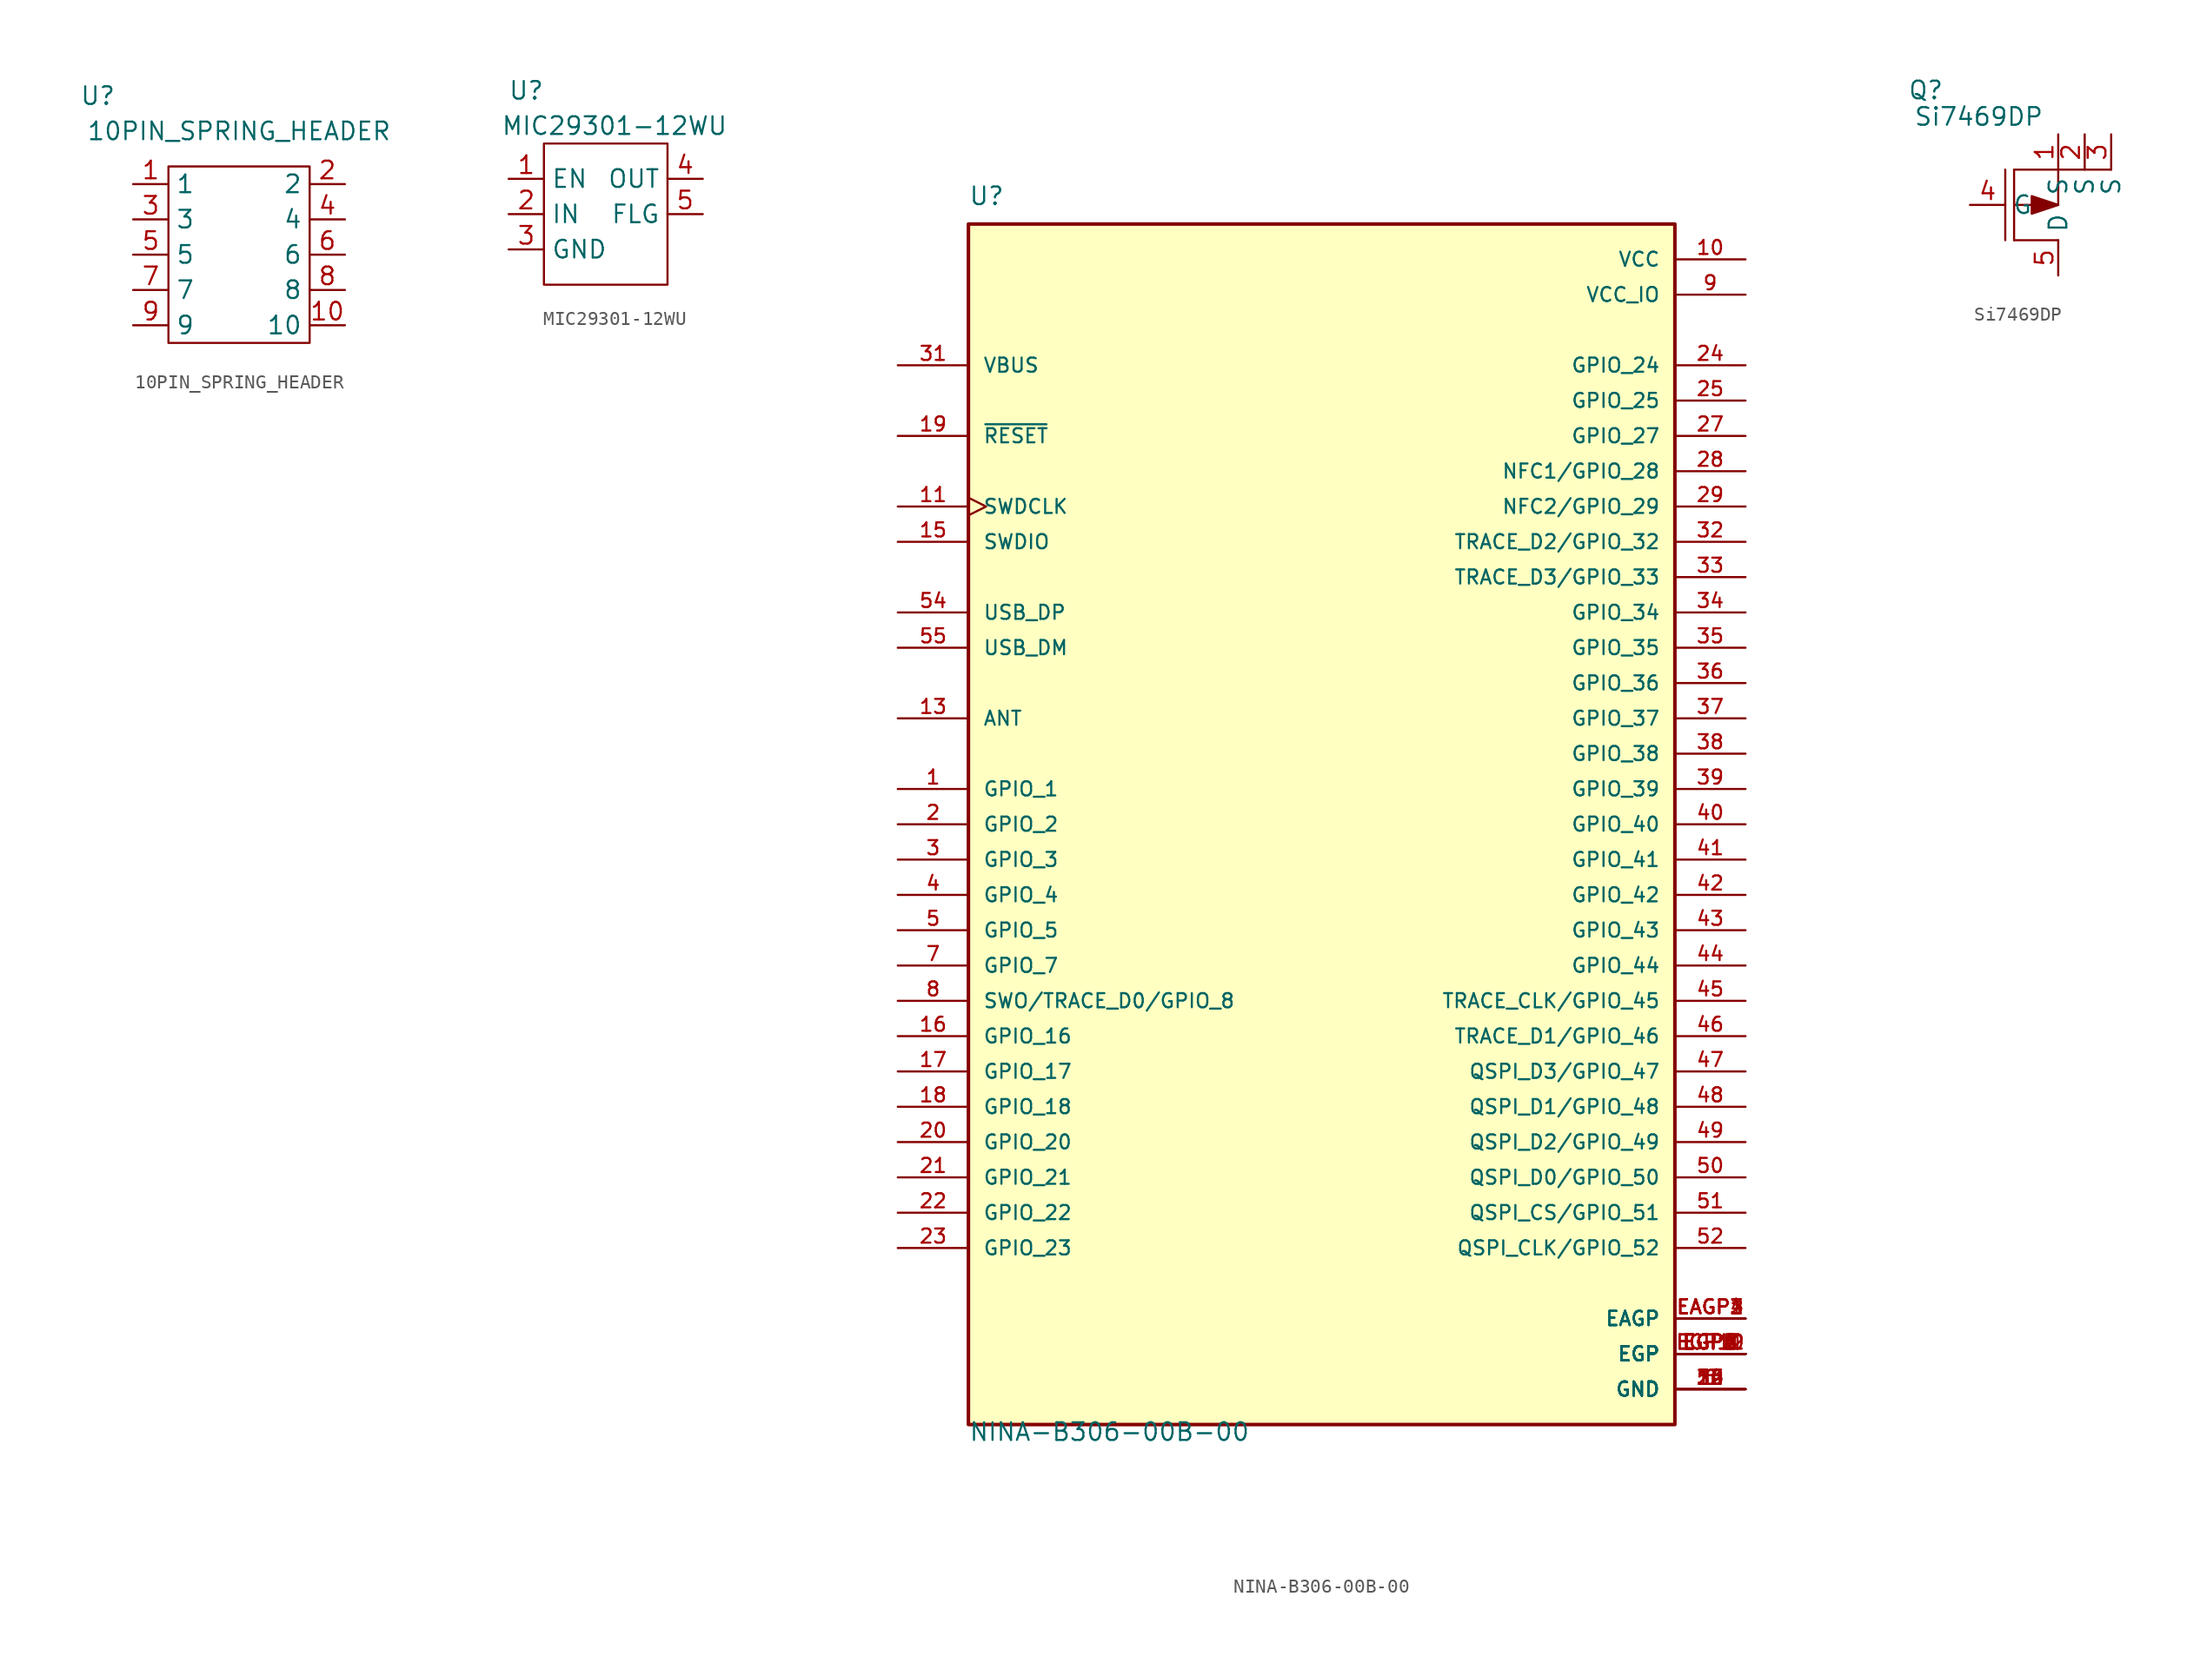
<source format=kicad_sym>
(kicad_symbol_lib
  (version 20211014)
  (generator kicad_symbol_editor)
  (symbol "10PIN_SPRING_HEADER"
    (property "Reference" "U"
      (at -5.08 17.78 0)
      (effects (font (size 1.27 1.27))))
    (property "Value" "10PIN_SPRING_HEADER"
      (at 5.08 15.24 0)
      (effects (font (size 1.27 1.27))))
    (symbol "10PIN_SPRING_HEADER_0_1"
      (polyline (pts (xy 0 0) (xy 0 12.7) (xy 10.16 12.7) (xy 10.16 0) (xy 0 0)) (stroke (width 0) (type default) (color 0 0 0 0)) (fill (type none))))
    (symbol "10PIN_SPRING_HEADER_1_1"
      (pin input line (at -2.54 11.43 0) (length 2.54) (name "1" (effects (font (size 1.27 1.27)))) (number "1" (effects (font (size 1.27 1.27)))))
      (pin input line (at 12.7 1.27 180) (length 2.54) (name "10" (effects (font (size 1.27 1.27)))) (number "10" (effects (font (size 1.27 1.27)))))
      (pin input line (at 12.7 11.43 180) (length 2.54) (name "2" (effects (font (size 1.27 1.27)))) (number "2" (effects (font (size 1.27 1.27)))))
      (pin input line (at -2.54 8.89 0) (length 2.54) (name "3" (effects (font (size 1.27 1.27)))) (number "3" (effects (font (size 1.27 1.27)))))
      (pin input line (at 12.7 8.89 180) (length 2.54) (name "4" (effects (font (size 1.27 1.27)))) (number "4" (effects (font (size 1.27 1.27)))))
      (pin input line (at -2.54 6.35 0) (length 2.54) (name "5" (effects (font (size 1.27 1.27)))) (number "5" (effects (font (size 1.27 1.27)))))
      (pin input line (at 12.7 6.35 180) (length 2.54) (name "6" (effects (font (size 1.27 1.27)))) (number "6" (effects (font (size 1.27 1.27)))))
      (pin input line (at -2.54 3.81 0) (length 2.54) (name "7" (effects (font (size 1.27 1.27)))) (number "7" (effects (font (size 1.27 1.27)))))
      (pin input line (at 12.7 3.81 180) (length 2.54) (name "8" (effects (font (size 1.27 1.27)))) (number "8" (effects (font (size 1.27 1.27)))))
      (pin input line (at -2.54 1.27 0) (length 2.54) (name "9" (effects (font (size 1.27 1.27)))) (number "9" (effects (font (size 1.27 1.27)))))))
  (symbol "MIC29301-12WU"
    (property "Reference" "U"
      (at -1.27 13.97 0)
      (effects (font (size 1.27 1.27))))
    (property "Value" "MIC29301-12WU"
      (at 5.08 11.43 0)
      (effects (font (size 1.27 1.27))))
    (symbol "MIC29301-12WU_0_1"
      (rectangle (start 0 10.16) (end 8.89 0) (stroke (width 0) (type default) (color 0 0 0 0)) (fill (type none))))
    (symbol "MIC29301-12WU_1_1"
      (pin input line (at -2.54 7.62 0) (length 2.54) (name "EN" (effects (font (size 1.27 1.27)))) (number "1" (effects (font (size 1.27 1.27)))))
      (pin input line (at -2.54 5.08 0) (length 2.54) (name "IN" (effects (font (size 1.27 1.27)))) (number "2" (effects (font (size 1.27 1.27)))))
      (pin input line (at -2.54 2.54 0) (length 2.54) (name "GND" (effects (font (size 1.27 1.27)))) (number "3" (effects (font (size 1.27 1.27)))))
      (pin input line (at 11.43 7.62 180) (length 2.54) (name "OUT" (effects (font (size 1.27 1.27)))) (number "4" (effects (font (size 1.27 1.27)))))
      (pin input line (at 11.43 5.08 180) (length 2.54) (name "FLG" (effects (font (size 1.27 1.27)))) (number "5" (effects (font (size 1.27 1.27)))))))
  (symbol "NINA-B306-00B-00"
    (pin_names
      (offset 1.016))
    (property "Reference" "U"
      (at -25.4 44.45 0)
      (effects (font (size 1.27 1.27)) (justify left bottom)))
    (property "Value" "NINA-B306-00B-00"
      (at -25.4 -44.45 0)
      (effects (font (size 1.27 1.27)) (justify left bottom)))
    (property "ki_locked" ""
      (at 0 0 0)
      (effects (font (size 1.27 1.27))))
    (symbol "NINA-B306-00B-00_0_0"
      (rectangle (start -25.4 -43.18) (end 25.4 43.18) (stroke (width 0.254) (type default) (color 0 0 0 0)) (fill (type background)))
      (pin bidirectional line (at -30.48 2.54 0) (length 5.08) (name "GPIO_1" (effects (font (size 1.016 1.016)))) (number "1" (effects (font (size 1.016 1.016)))))
      (pin power_in line (at 30.48 40.64 180) (length 5.08) (name "VCC" (effects (font (size 1.016 1.016)))) (number "10" (effects (font (size 1.016 1.016)))))
      (pin input clock (at -30.48 22.86 0) (length 5.08) (name "SWDCLK" (effects (font (size 1.016 1.016)))) (number "11" (effects (font (size 1.016 1.016)))))
      (pin power_in line (at 30.48 -40.64 180) (length 5.08) (name "GND" (effects (font (size 1.016 1.016)))) (number "12" (effects (font (size 1.016 1.016)))))
      (pin bidirectional line (at -30.48 7.62 0) (length 5.08) (name "ANT" (effects (font (size 1.016 1.016)))) (number "13" (effects (font (size 1.016 1.016)))))
      (pin power_in line (at 30.48 -40.64 180) (length 5.08) (name "GND" (effects (font (size 1.016 1.016)))) (number "14" (effects (font (size 1.016 1.016)))))
      (pin bidirectional line (at -30.48 20.32 0) (length 5.08) (name "SWDIO" (effects (font (size 1.016 1.016)))) (number "15" (effects (font (size 1.016 1.016)))))
      (pin bidirectional line (at -30.48 -15.24 0) (length 5.08) (name "GPIO_16" (effects (font (size 1.016 1.016)))) (number "16" (effects (font (size 1.016 1.016)))))
      (pin bidirectional line (at -30.48 -17.78 0) (length 5.08) (name "GPIO_17" (effects (font (size 1.016 1.016)))) (number "17" (effects (font (size 1.016 1.016)))))
      (pin bidirectional line (at -30.48 -20.32 0) (length 5.08) (name "GPIO_18" (effects (font (size 1.016 1.016)))) (number "18" (effects (font (size 1.016 1.016)))))
      (pin bidirectional line (at -30.48 27.94 0) (length 5.08) (name "~{RESET}" (effects (font (size 1.016 1.016)))) (number "19" (effects (font (size 1.016 1.016)))))
      (pin bidirectional line (at -30.48 0 0) (length 5.08) (name "GPIO_2" (effects (font (size 1.016 1.016)))) (number "2" (effects (font (size 1.016 1.016)))))
      (pin bidirectional line (at -30.48 -22.86 0) (length 5.08) (name "GPIO_20" (effects (font (size 1.016 1.016)))) (number "20" (effects (font (size 1.016 1.016)))))
      (pin bidirectional line (at -30.48 -25.4 0) (length 5.08) (name "GPIO_21" (effects (font (size 1.016 1.016)))) (number "21" (effects (font (size 1.016 1.016)))))
      (pin bidirectional line (at -30.48 -27.94 0) (length 5.08) (name "GPIO_22" (effects (font (size 1.016 1.016)))) (number "22" (effects (font (size 1.016 1.016)))))
      (pin bidirectional line (at -30.48 -30.48 0) (length 5.08) (name "GPIO_23" (effects (font (size 1.016 1.016)))) (number "23" (effects (font (size 1.016 1.016)))))
      (pin bidirectional line (at 30.48 33.02 180) (length 5.08) (name "GPIO_24" (effects (font (size 1.016 1.016)))) (number "24" (effects (font (size 1.016 1.016)))))
      (pin bidirectional line (at 30.48 30.48 180) (length 5.08) (name "GPIO_25" (effects (font (size 1.016 1.016)))) (number "25" (effects (font (size 1.016 1.016)))))
      (pin power_in line (at 30.48 -40.64 180) (length 5.08) (name "GND" (effects (font (size 1.016 1.016)))) (number "26" (effects (font (size 1.016 1.016)))))
      (pin bidirectional line (at 30.48 27.94 180) (length 5.08) (name "GPIO_27" (effects (font (size 1.016 1.016)))) (number "27" (effects (font (size 1.016 1.016)))))
      (pin bidirectional line (at 30.48 25.4 180) (length 5.08) (name "NFC1/GPIO_28" (effects (font (size 1.016 1.016)))) (number "28" (effects (font (size 1.016 1.016)))))
      (pin bidirectional line (at 30.48 22.86 180) (length 5.08) (name "NFC2/GPIO_29" (effects (font (size 1.016 1.016)))) (number "29" (effects (font (size 1.016 1.016)))))
      (pin bidirectional line (at -30.48 -2.54 0) (length 5.08) (name "GPIO_3" (effects (font (size 1.016 1.016)))) (number "3" (effects (font (size 1.016 1.016)))))
      (pin power_in line (at 30.48 -40.64 180) (length 5.08) (name "GND" (effects (font (size 1.016 1.016)))) (number "30" (effects (font (size 1.016 1.016)))))
      (pin input line (at -30.48 33.02 0) (length 5.08) (name "VBUS" (effects (font (size 1.016 1.016)))) (number "31" (effects (font (size 1.016 1.016)))))
      (pin bidirectional line (at 30.48 20.32 180) (length 5.08) (name "TRACE_D2/GPIO_32" (effects (font (size 1.016 1.016)))) (number "32" (effects (font (size 1.016 1.016)))))
      (pin bidirectional line (at 30.48 17.78 180) (length 5.08) (name "TRACE_D3/GPIO_33" (effects (font (size 1.016 1.016)))) (number "33" (effects (font (size 1.016 1.016)))))
      (pin bidirectional line (at 30.48 15.24 180) (length 5.08) (name "GPIO_34" (effects (font (size 1.016 1.016)))) (number "34" (effects (font (size 1.016 1.016)))))
      (pin bidirectional line (at 30.48 12.7 180) (length 5.08) (name "GPIO_35" (effects (font (size 1.016 1.016)))) (number "35" (effects (font (size 1.016 1.016)))))
      (pin bidirectional line (at 30.48 10.16 180) (length 5.08) (name "GPIO_36" (effects (font (size 1.016 1.016)))) (number "36" (effects (font (size 1.016 1.016)))))
      (pin bidirectional line (at 30.48 7.62 180) (length 5.08) (name "GPIO_37" (effects (font (size 1.016 1.016)))) (number "37" (effects (font (size 1.016 1.016)))))
      (pin bidirectional line (at 30.48 5.08 180) (length 5.08) (name "GPIO_38" (effects (font (size 1.016 1.016)))) (number "38" (effects (font (size 1.016 1.016)))))
      (pin bidirectional line (at 30.48 2.54 180) (length 5.08) (name "GPIO_39" (effects (font (size 1.016 1.016)))) (number "39" (effects (font (size 1.016 1.016)))))
      (pin bidirectional line (at -30.48 -5.08 0) (length 5.08) (name "GPIO_4" (effects (font (size 1.016 1.016)))) (number "4" (effects (font (size 1.016 1.016)))))
      (pin bidirectional line (at 30.48 0 180) (length 5.08) (name "GPIO_40" (effects (font (size 1.016 1.016)))) (number "40" (effects (font (size 1.016 1.016)))))
      (pin bidirectional line (at 30.48 -2.54 180) (length 5.08) (name "GPIO_41" (effects (font (size 1.016 1.016)))) (number "41" (effects (font (size 1.016 1.016)))))
      (pin bidirectional line (at 30.48 -5.08 180) (length 5.08) (name "GPIO_42" (effects (font (size 1.016 1.016)))) (number "42" (effects (font (size 1.016 1.016)))))
      (pin bidirectional line (at 30.48 -7.62 180) (length 5.08) (name "GPIO_43" (effects (font (size 1.016 1.016)))) (number "43" (effects (font (size 1.016 1.016)))))
      (pin bidirectional line (at 30.48 -10.16 180) (length 5.08) (name "GPIO_44" (effects (font (size 1.016 1.016)))) (number "44" (effects (font (size 1.016 1.016)))))
      (pin bidirectional line (at 30.48 -12.7 180) (length 5.08) (name "TRACE_CLK/GPIO_45" (effects (font (size 1.016 1.016)))) (number "45" (effects (font (size 1.016 1.016)))))
      (pin bidirectional line (at 30.48 -15.24 180) (length 5.08) (name "TRACE_D1/GPIO_46" (effects (font (size 1.016 1.016)))) (number "46" (effects (font (size 1.016 1.016)))))
      (pin bidirectional line (at 30.48 -17.78 180) (length 5.08) (name "QSPI_D3/GPIO_47" (effects (font (size 1.016 1.016)))) (number "47" (effects (font (size 1.016 1.016)))))
      (pin bidirectional line (at 30.48 -20.32 180) (length 5.08) (name "QSPI_D1/GPIO_48" (effects (font (size 1.016 1.016)))) (number "48" (effects (font (size 1.016 1.016)))))
      (pin bidirectional line (at 30.48 -22.86 180) (length 5.08) (name "QSPI_D2/GPIO_49" (effects (font (size 1.016 1.016)))) (number "49" (effects (font (size 1.016 1.016)))))
      (pin bidirectional line (at -30.48 -7.62 0) (length 5.08) (name "GPIO_5" (effects (font (size 1.016 1.016)))) (number "5" (effects (font (size 1.016 1.016)))))
      (pin bidirectional line (at 30.48 -25.4 180) (length 5.08) (name "QSPI_D0/GPIO_50" (effects (font (size 1.016 1.016)))) (number "50" (effects (font (size 1.016 1.016)))))
      (pin bidirectional line (at 30.48 -27.94 180) (length 5.08) (name "QSPI_CS/GPIO_51" (effects (font (size 1.016 1.016)))) (number "51" (effects (font (size 1.016 1.016)))))
      (pin bidirectional line (at 30.48 -30.48 180) (length 5.08) (name "QSPI_CLK/GPIO_52" (effects (font (size 1.016 1.016)))) (number "52" (effects (font (size 1.016 1.016)))))
      (pin power_in line (at 30.48 -40.64 180) (length 5.08) (name "GND" (effects (font (size 1.016 1.016)))) (number "53" (effects (font (size 1.016 1.016)))))
      (pin bidirectional line (at -30.48 15.24 0) (length 5.08) (name "USB_DP" (effects (font (size 1.016 1.016)))) (number "54" (effects (font (size 1.016 1.016)))))
      (pin bidirectional line (at -30.48 12.7 0) (length 5.08) (name "USB_DM" (effects (font (size 1.016 1.016)))) (number "55" (effects (font (size 1.016 1.016)))))
      (pin power_in line (at 30.48 -40.64 180) (length 5.08) (name "GND" (effects (font (size 1.016 1.016)))) (number "6" (effects (font (size 1.016 1.016)))))
      (pin bidirectional line (at -30.48 -10.16 0) (length 5.08) (name "GPIO_7" (effects (font (size 1.016 1.016)))) (number "7" (effects (font (size 1.016 1.016)))))
      (pin bidirectional line (at -30.48 -12.7 0) (length 5.08) (name "SWO/TRACE_D0/GPIO_8" (effects (font (size 1.016 1.016)))) (number "8" (effects (font (size 1.016 1.016)))))
      (pin power_in line (at 30.48 38.1 180) (length 5.08) (name "VCC_IO" (effects (font (size 1.016 1.016)))) (number "9" (effects (font (size 1.016 1.016)))))
      (pin power_in line (at 30.48 -35.56 180) (length 5.08) (name "EAGP" (effects (font (size 1.016 1.016)))) (number "EAGP1" (effects (font (size 1.016 1.016)))))
      (pin power_in line (at 30.48 -35.56 180) (length 5.08) (name "EAGP" (effects (font (size 1.016 1.016)))) (number "EAGP2" (effects (font (size 1.016 1.016)))))
      (pin power_in line (at 30.48 -35.56 180) (length 5.08) (name "EAGP" (effects (font (size 1.016 1.016)))) (number "EAGP3" (effects (font (size 1.016 1.016)))))
      (pin power_in line (at 30.48 -35.56 180) (length 5.08) (name "EAGP" (effects (font (size 1.016 1.016)))) (number "EAGP4" (effects (font (size 1.016 1.016)))))
      (pin power_in line (at 30.48 -38.1 180) (length 5.08) (name "EGP" (effects (font (size 1.016 1.016)))) (number "EGP1" (effects (font (size 1.016 1.016)))))
      (pin power_in line (at 30.48 -38.1 180) (length 5.08) (name "EGP" (effects (font (size 1.016 1.016)))) (number "EGP10" (effects (font (size 1.016 1.016)))))
      (pin power_in line (at 30.48 -38.1 180) (length 5.08) (name "EGP" (effects (font (size 1.016 1.016)))) (number "EGP11" (effects (font (size 1.016 1.016)))))
      (pin power_in line (at 30.48 -38.1 180) (length 5.08) (name "EGP" (effects (font (size 1.016 1.016)))) (number "EGP12" (effects (font (size 1.016 1.016)))))
      (pin power_in line (at 30.48 -38.1 180) (length 5.08) (name "EGP" (effects (font (size 1.016 1.016)))) (number "EGP2" (effects (font (size 1.016 1.016)))))
      (pin power_in line (at 30.48 -38.1 180) (length 5.08) (name "EGP" (effects (font (size 1.016 1.016)))) (number "EGP3" (effects (font (size 1.016 1.016)))))
      (pin power_in line (at 30.48 -38.1 180) (length 5.08) (name "EGP" (effects (font (size 1.016 1.016)))) (number "EGP4" (effects (font (size 1.016 1.016)))))
      (pin power_in line (at 30.48 -38.1 180) (length 5.08) (name "EGP" (effects (font (size 1.016 1.016)))) (number "EGP5" (effects (font (size 1.016 1.016)))))
      (pin power_in line (at 30.48 -38.1 180) (length 5.08) (name "EGP" (effects (font (size 1.016 1.016)))) (number "EGP6" (effects (font (size 1.016 1.016)))))
      (pin power_in line (at 30.48 -38.1 180) (length 5.08) (name "EGP" (effects (font (size 1.016 1.016)))) (number "EGP7" (effects (font (size 1.016 1.016)))))
      (pin power_in line (at 30.48 -38.1 180) (length 5.08) (name "EGP" (effects (font (size 1.016 1.016)))) (number "EGP8" (effects (font (size 1.016 1.016)))))
      (pin power_in line (at 30.48 -38.1 180) (length 5.08) (name "EGP" (effects (font (size 1.016 1.016)))) (number "EGP9" (effects (font (size 1.016 1.016)))))))
  (symbol "Si7469DP"
    (property "Reference" "Q"
      (at -5.715 8.255 0)
      (effects (font (size 1.27 1.27))))
    (property "Value" "Si7469DP"
      (at -1.905 6.35 0)
      (effects (font (size 1.27 1.27))))
    (symbol "Si7469DP_0_1"
      (polyline (pts (xy 0 2.54) (xy 0 -2.54)) (stroke (width 0) (type default) (color 0 0 0 0)) (fill (type none)))
      (polyline (pts (xy 0.635 -2.54) (xy 3.81 -2.54)) (stroke (width 0) (type default) (color 0 0 0 0)) (fill (type none)))
      (polyline (pts (xy 3.81 0) (xy 0.635 0)) (stroke (width 0) (type default) (color 0 0 0 0)) (fill (type none)))
      (polyline (pts (xy 3.81 0) (xy 3.81 2.54)) (stroke (width 0) (type default) (color 0 0 0 0)) (fill (type none)))
      (polyline (pts (xy 3.81 2.54) (xy 0.635 2.54)) (stroke (width 0) (type default) (color 0 0 0 0)) (fill (type none)))
      (polyline (pts (xy 3.81 2.54) (xy 7.62 2.54)) (stroke (width 0) (type default) (color 0 0 0 0)) (fill (type none)))
      (polyline (pts (xy 3.81 0) (xy 1.905 0.635) (xy 1.905 -0.635) (xy 3.81 0)) (stroke (width 0) (type default) (color 0 0 0 0)) (fill (type outline))))
    (symbol "Si7469DP_1_1"
      (polyline (pts (xy 0.635 -2.54) (xy 0.635 2.54)) (stroke (width 0) (type default) (color 0 0 0 0)) (fill (type none)))
      (pin passive line (at 3.81 5.08 270) (length 2.54) (name "S" (effects (font (size 1.27 1.27)))) (number "1" (effects (font (size 1.27 1.27)))))
      (pin passive line (at 5.715 5.08 270) (length 2.54) (name "S" (effects (font (size 1.27 1.27)))) (number "2" (effects (font (size 1.27 1.27)))))
      (pin passive line (at 7.62 5.08 270) (length 2.54) (name "S" (effects (font (size 1.27 1.27)))) (number "3" (effects (font (size 1.27 1.27)))))
      (pin passive line (at -2.54 0 0) (length 2.54) (name "G" (effects (font (size 1.27 1.27)))) (number "4" (effects (font (size 1.27 1.27)))))
      (pin passive line (at 3.81 -5.08 90) (length 2.54) (name "D" (effects (font (size 1.27 1.27)))) (number "5" (effects (font (size 1.27 1.27))))))))
</source>
